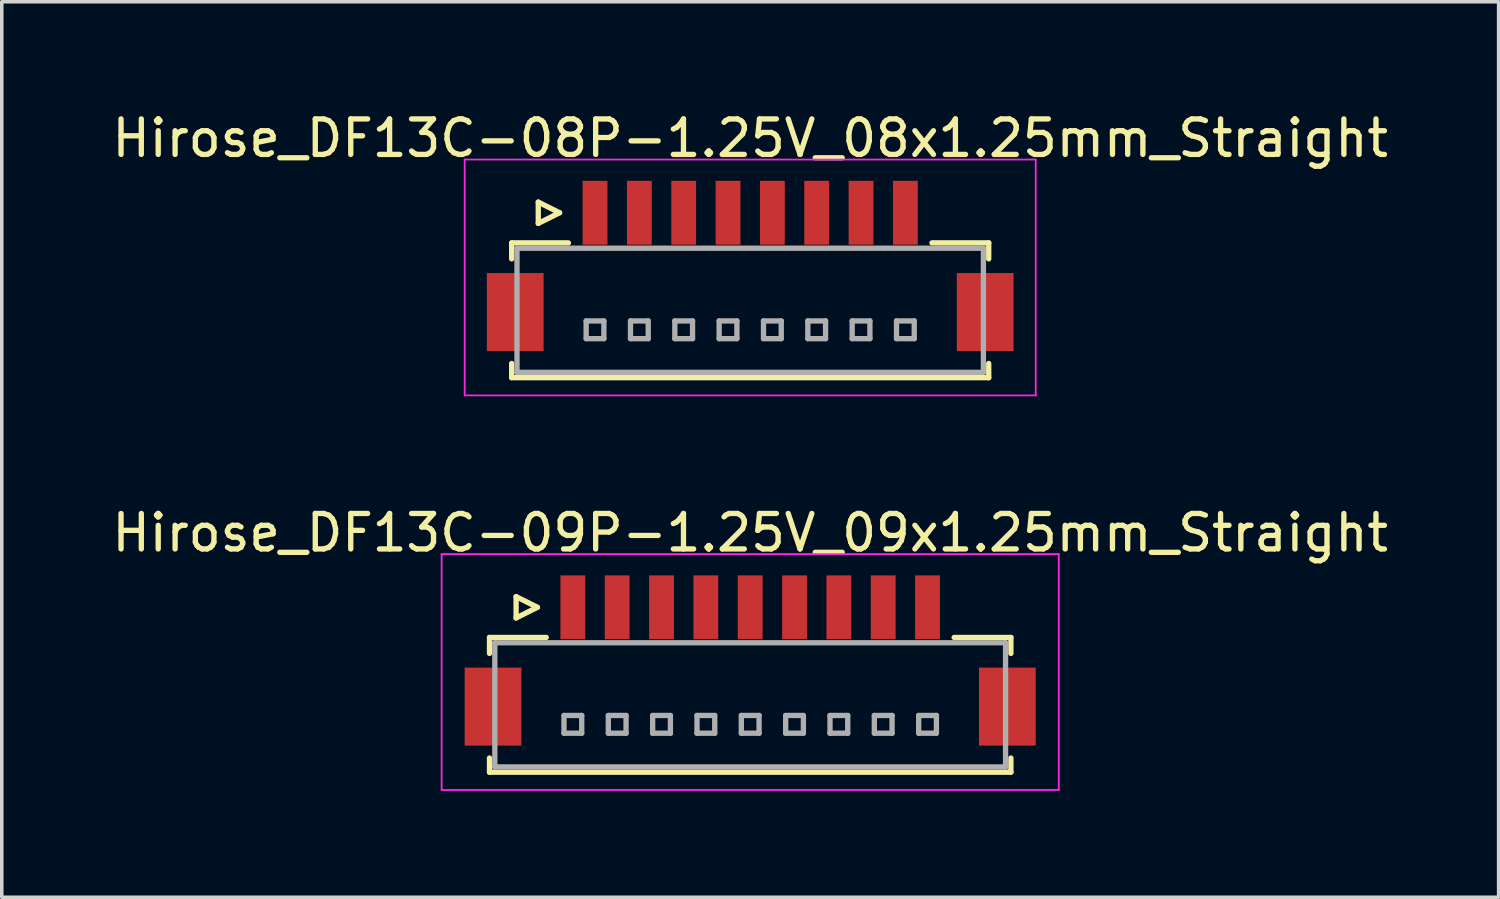
<source format=kicad_pcb>
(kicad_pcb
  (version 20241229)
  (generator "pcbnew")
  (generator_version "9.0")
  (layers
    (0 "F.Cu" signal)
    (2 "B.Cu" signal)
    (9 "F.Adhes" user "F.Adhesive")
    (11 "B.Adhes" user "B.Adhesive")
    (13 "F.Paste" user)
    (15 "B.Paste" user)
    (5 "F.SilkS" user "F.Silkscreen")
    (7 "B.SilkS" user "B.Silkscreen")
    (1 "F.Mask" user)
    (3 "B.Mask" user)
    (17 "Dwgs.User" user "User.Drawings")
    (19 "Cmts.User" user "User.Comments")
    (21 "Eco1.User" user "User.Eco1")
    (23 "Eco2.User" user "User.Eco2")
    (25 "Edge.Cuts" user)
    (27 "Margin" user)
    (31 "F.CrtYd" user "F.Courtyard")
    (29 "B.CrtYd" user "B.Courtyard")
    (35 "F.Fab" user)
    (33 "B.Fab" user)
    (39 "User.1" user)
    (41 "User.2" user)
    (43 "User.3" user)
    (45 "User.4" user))
  (footprint "Hirose_DF13C-08P-1.25V_08x1.25mm_Straight"
    (layer "F.Cu")
    (at 18.101 4.348)
    (property "Reference" "Hirose_DF13C-08P-1.25V_08x1.25mm_Straight" (at 0 -3.5 0) (layer "F.SilkS") (effects (font (size 1 1) (thickness 0.15))))
    (attr smd)
    (fp_line (start -6.725 -0.55) (end -6.725 -0.1) (stroke (width 0.15) (type solid)) (layer "F.SilkS"))
    (fp_line (start -6.725 -0.55) (end -5.125 -0.55) (stroke (width 0.15) (type solid)) (layer "F.SilkS"))
    (fp_line (start -6.725 3.25) (end -6.725 2.85) (stroke (width 0.15) (type solid)) (layer "F.SilkS"))
    (fp_line (start -6.725 3.25) (end 6.725 3.25) (stroke (width 0.15) (type solid)) (layer "F.SilkS"))
    (fp_line (start -5.975 -1.7) (end -5.975 -1.1) (stroke (width 0.15) (type solid)) (layer "F.SilkS"))
    (fp_line (start -5.975 -1.1) (end -5.375 -1.4) (stroke (width 0.15) (type solid)) (layer "F.SilkS"))
    (fp_line (start -5.375 -1.4) (end -5.975 -1.7) (stroke (width 0.15) (type solid)) (layer "F.SilkS"))
    (fp_line (start 6.725 -0.55) (end 5.125 -0.55) (stroke (width 0.15) (type solid)) (layer "F.SilkS"))
    (fp_line (start 6.725 -0.55) (end 6.725 -0.1) (stroke (width 0.15) (type solid)) (layer "F.SilkS"))
    (fp_line (start 6.725 3.25) (end 6.725 2.85) (stroke (width 0.15) (type solid)) (layer "F.SilkS"))
    (fp_line (start -8.05 -2.9) (end -8.05 3.75) (stroke (width 0.05) (type solid)) (layer "F.CrtYd"))
    (fp_line (start -8.05 3.75) (end 8.05 3.75) (stroke (width 0.05) (type solid)) (layer "F.CrtYd"))
    (fp_line (start 8.05 -2.9) (end -8.05 -2.9) (stroke (width 0.05) (type solid)) (layer "F.CrtYd"))
    (fp_line (start 8.05 3.75) (end 8.05 -2.9) (stroke (width 0.05) (type solid)) (layer "F.CrtYd"))
    (fp_line (start -6.575 -0.4) (end -6.575 3.1) (stroke (width 0.15) (type solid)) (layer "F.Fab"))
    (fp_line (start -6.575 3.1) (end 6.575 3.1) (stroke (width 0.15) (type solid)) (layer "F.Fab"))
    (fp_line (start -4.625 1.65) (end -4.625 2.15) (stroke (width 0.15) (type solid)) (layer "F.Fab"))
    (fp_line (start -4.625 2.15) (end -4.125 2.15) (stroke (width 0.15) (type solid)) (layer "F.Fab"))
    (fp_line (start -4.125 1.65) (end -4.625 1.65) (stroke (width 0.15) (type solid)) (layer "F.Fab"))
    (fp_line (start -4.125 2.15) (end -4.125 1.65) (stroke (width 0.15) (type solid)) (layer "F.Fab"))
    (fp_line (start -3.375 1.65) (end -3.375 2.15) (stroke (width 0.15) (type solid)) (layer "F.Fab"))
    (fp_line (start -3.375 2.15) (end -2.875 2.15) (stroke (width 0.15) (type solid)) (layer "F.Fab"))
    (fp_line (start -2.875 1.65) (end -3.375 1.65) (stroke (width 0.15) (type solid)) (layer "F.Fab"))
    (fp_line (start -2.875 2.15) (end -2.875 1.65) (stroke (width 0.15) (type solid)) (layer "F.Fab"))
    (fp_line (start -2.125 1.65) (end -2.125 2.15) (stroke (width 0.15) (type solid)) (layer "F.Fab"))
    (fp_line (start -2.125 2.15) (end -1.625 2.15) (stroke (width 0.15) (type solid)) (layer "F.Fab"))
    (fp_line (start -1.625 1.65) (end -2.125 1.65) (stroke (width 0.15) (type solid)) (layer "F.Fab"))
    (fp_line (start -1.625 2.15) (end -1.625 1.65) (stroke (width 0.15) (type solid)) (layer "F.Fab"))
    (fp_line (start -0.875 1.65) (end -0.875 2.15) (stroke (width 0.15) (type solid)) (layer "F.Fab"))
    (fp_line (start -0.875 2.15) (end -0.375 2.15) (stroke (width 0.15) (type solid)) (layer "F.Fab"))
    (fp_line (start -0.375 1.65) (end -0.875 1.65) (stroke (width 0.15) (type solid)) (layer "F.Fab"))
    (fp_line (start -0.375 2.15) (end -0.375 1.65) (stroke (width 0.15) (type solid)) (layer "F.Fab"))
    (fp_line (start 0.375 1.65) (end 0.375 2.15) (stroke (width 0.15) (type solid)) (layer "F.Fab"))
    (fp_line (start 0.375 2.15) (end 0.875 2.15) (stroke (width 0.15) (type solid)) (layer "F.Fab"))
    (fp_line (start 0.875 1.65) (end 0.375 1.65) (stroke (width 0.15) (type solid)) (layer "F.Fab"))
    (fp_line (start 0.875 2.15) (end 0.875 1.65) (stroke (width 0.15) (type solid)) (layer "F.Fab"))
    (fp_line (start 1.625 1.65) (end 1.625 2.15) (stroke (width 0.15) (type solid)) (layer "F.Fab"))
    (fp_line (start 1.625 2.15) (end 2.125 2.15) (stroke (width 0.15) (type solid)) (layer "F.Fab"))
    (fp_line (start 2.125 1.65) (end 1.625 1.65) (stroke (width 0.15) (type solid)) (layer "F.Fab"))
    (fp_line (start 2.125 2.15) (end 2.125 1.65) (stroke (width 0.15) (type solid)) (layer "F.Fab"))
    (fp_line (start 2.875 1.65) (end 2.875 2.15) (stroke (width 0.15) (type solid)) (layer "F.Fab"))
    (fp_line (start 2.875 2.15) (end 3.375 2.15) (stroke (width 0.15) (type solid)) (layer "F.Fab"))
    (fp_line (start 3.375 1.65) (end 2.875 1.65) (stroke (width 0.15) (type solid)) (layer "F.Fab"))
    (fp_line (start 3.375 2.15) (end 3.375 1.65) (stroke (width 0.15) (type solid)) (layer "F.Fab"))
    (fp_line (start 4.125 1.65) (end 4.125 2.15) (stroke (width 0.15) (type solid)) (layer "F.Fab"))
    (fp_line (start 4.125 2.15) (end 4.625 2.15) (stroke (width 0.15) (type solid)) (layer "F.Fab"))
    (fp_line (start 4.625 1.65) (end 4.125 1.65) (stroke (width 0.15) (type solid)) (layer "F.Fab"))
    (fp_line (start 4.625 2.15) (end 4.625 1.65) (stroke (width 0.15) (type solid)) (layer "F.Fab"))
    (fp_line (start 6.575 -0.4) (end -6.575 -0.4) (stroke (width 0.15) (type solid)) (layer "F.Fab"))
    (fp_line (start 6.575 3.1) (end 6.575 -0.4) (stroke (width 0.15) (type solid)) (layer "F.Fab"))
    (pad "" smd rect (at -6.625 1.4) (size 1.6 2.2) (layers "F.Cu" "F.Mask" "F.Paste"))
    (pad "" smd rect (at 6.625 1.4) (size 1.6 2.2) (layers "F.Cu" "F.Mask" "F.Paste"))
    (pad "1" smd rect (at -4.375 -1.4) (size 0.7 1.8) (layers "F.Cu" "F.Mask" "F.Paste"))
    (pad "2" smd rect (at -3.125 -1.4) (size 0.7 1.8) (layers "F.Cu" "F.Mask" "F.Paste"))
    (pad "3" smd rect (at -1.875 -1.4) (size 0.7 1.8) (layers "F.Cu" "F.Mask" "F.Paste"))
    (pad "4" smd rect (at -0.625 -1.4) (size 0.7 1.8) (layers "F.Cu" "F.Mask" "F.Paste"))
    (pad "5" smd rect (at 0.625 -1.4) (size 0.7 1.8) (layers "F.Cu" "F.Mask" "F.Paste"))
    (pad "6" smd rect (at 1.875 -1.4) (size 0.7 1.8) (layers "F.Cu" "F.Mask" "F.Paste"))
    (pad "7" smd rect (at 3.125 -1.4) (size 0.7 1.8) (layers "F.Cu" "F.Mask" "F.Paste"))
    (pad "8" smd rect (at 4.375 -1.4) (size 0.7 1.8) (layers "F.Cu" "F.Mask" "F.Paste")))
  (footprint "Hirose_DF13C-09P-1.25V_09x1.25mm_Straight"
    (layer "F.Cu")
    (at 18.101 15.472)
    (property "Reference" "Hirose_DF13C-09P-1.25V_09x1.25mm_Straight" (at 0 -3.5 0) (layer "F.SilkS") (effects (font (size 1 1) (thickness 0.15))))
    (attr smd)
    (fp_line (start -7.35 -0.55) (end -7.35 -0.1) (stroke (width 0.15) (type solid)) (layer "F.SilkS"))
    (fp_line (start -7.35 -0.55) (end -5.75 -0.55) (stroke (width 0.15) (type solid)) (layer "F.SilkS"))
    (fp_line (start -7.35 3.25) (end -7.35 2.85) (stroke (width 0.15) (type solid)) (layer "F.SilkS"))
    (fp_line (start -7.35 3.25) (end 7.35 3.25) (stroke (width 0.15) (type solid)) (layer "F.SilkS"))
    (fp_line (start -6.6 -1.7) (end -6.6 -1.1) (stroke (width 0.15) (type solid)) (layer "F.SilkS"))
    (fp_line (start -6.6 -1.1) (end -6 -1.4) (stroke (width 0.15) (type solid)) (layer "F.SilkS"))
    (fp_line (start -6 -1.4) (end -6.6 -1.7) (stroke (width 0.15) (type solid)) (layer "F.SilkS"))
    (fp_line (start 7.35 -0.55) (end 5.75 -0.55) (stroke (width 0.15) (type solid)) (layer "F.SilkS"))
    (fp_line (start 7.35 -0.55) (end 7.35 -0.1) (stroke (width 0.15) (type solid)) (layer "F.SilkS"))
    (fp_line (start 7.35 3.25) (end 7.35 2.85) (stroke (width 0.15) (type solid)) (layer "F.SilkS"))
    (fp_line (start -8.7 -2.9) (end -8.7 3.75) (stroke (width 0.05) (type solid)) (layer "F.CrtYd"))
    (fp_line (start -8.7 3.75) (end 8.7 3.75) (stroke (width 0.05) (type solid)) (layer "F.CrtYd"))
    (fp_line (start 8.7 -2.9) (end -8.7 -2.9) (stroke (width 0.05) (type solid)) (layer "F.CrtYd"))
    (fp_line (start 8.7 3.75) (end 8.7 -2.9) (stroke (width 0.05) (type solid)) (layer "F.CrtYd"))
    (fp_line (start -7.2 -0.4) (end -7.2 3.1) (stroke (width 0.15) (type solid)) (layer "F.Fab"))
    (fp_line (start -7.2 3.1) (end 7.2 3.1) (stroke (width 0.15) (type solid)) (layer "F.Fab"))
    (fp_line (start -5.25 1.65) (end -5.25 2.15) (stroke (width 0.15) (type solid)) (layer "F.Fab"))
    (fp_line (start -5.25 2.15) (end -4.75 2.15) (stroke (width 0.15) (type solid)) (layer "F.Fab"))
    (fp_line (start -4.75 1.65) (end -5.25 1.65) (stroke (width 0.15) (type solid)) (layer "F.Fab"))
    (fp_line (start -4.75 2.15) (end -4.75 1.65) (stroke (width 0.15) (type solid)) (layer "F.Fab"))
    (fp_line (start -4 1.65) (end -4 2.15) (stroke (width 0.15) (type solid)) (layer "F.Fab"))
    (fp_line (start -4 2.15) (end -3.5 2.15) (stroke (width 0.15) (type solid)) (layer "F.Fab"))
    (fp_line (start -3.5 1.65) (end -4 1.65) (stroke (width 0.15) (type solid)) (layer "F.Fab"))
    (fp_line (start -3.5 2.15) (end -3.5 1.65) (stroke (width 0.15) (type solid)) (layer "F.Fab"))
    (fp_line (start -2.75 1.65) (end -2.75 2.15) (stroke (width 0.15) (type solid)) (layer "F.Fab"))
    (fp_line (start -2.75 2.15) (end -2.25 2.15) (stroke (width 0.15) (type solid)) (layer "F.Fab"))
    (fp_line (start -2.25 1.65) (end -2.75 1.65) (stroke (width 0.15) (type solid)) (layer "F.Fab"))
    (fp_line (start -2.25 2.15) (end -2.25 1.65) (stroke (width 0.15) (type solid)) (layer "F.Fab"))
    (fp_line (start -1.5 1.65) (end -1.5 2.15) (stroke (width 0.15) (type solid)) (layer "F.Fab"))
    (fp_line (start -1.5 2.15) (end -1 2.15) (stroke (width 0.15) (type solid)) (layer "F.Fab"))
    (fp_line (start -1 1.65) (end -1.5 1.65) (stroke (width 0.15) (type solid)) (layer "F.Fab"))
    (fp_line (start -1 2.15) (end -1 1.65) (stroke (width 0.15) (type solid)) (layer "F.Fab"))
    (fp_line (start -0.25 1.65) (end -0.25 2.15) (stroke (width 0.15) (type solid)) (layer "F.Fab"))
    (fp_line (start -0.25 2.15) (end 0.25 2.15) (stroke (width 0.15) (type solid)) (layer "F.Fab"))
    (fp_line (start 0.25 1.65) (end -0.25 1.65) (stroke (width 0.15) (type solid)) (layer "F.Fab"))
    (fp_line (start 0.25 2.15) (end 0.25 1.65) (stroke (width 0.15) (type solid)) (layer "F.Fab"))
    (fp_line (start 1 1.65) (end 1 2.15) (stroke (width 0.15) (type solid)) (layer "F.Fab"))
    (fp_line (start 1 2.15) (end 1.5 2.15) (stroke (width 0.15) (type solid)) (layer "F.Fab"))
    (fp_line (start 1.5 1.65) (end 1 1.65) (stroke (width 0.15) (type solid)) (layer "F.Fab"))
    (fp_line (start 1.5 2.15) (end 1.5 1.65) (stroke (width 0.15) (type solid)) (layer "F.Fab"))
    (fp_line (start 2.25 1.65) (end 2.25 2.15) (stroke (width 0.15) (type solid)) (layer "F.Fab"))
    (fp_line (start 2.25 2.15) (end 2.75 2.15) (stroke (width 0.15) (type solid)) (layer "F.Fab"))
    (fp_line (start 2.75 1.65) (end 2.25 1.65) (stroke (width 0.15) (type solid)) (layer "F.Fab"))
    (fp_line (start 2.75 2.15) (end 2.75 1.65) (stroke (width 0.15) (type solid)) (layer "F.Fab"))
    (fp_line (start 3.5 1.65) (end 3.5 2.15) (stroke (width 0.15) (type solid)) (layer "F.Fab"))
    (fp_line (start 3.5 2.15) (end 4 2.15) (stroke (width 0.15) (type solid)) (layer "F.Fab"))
    (fp_line (start 4 1.65) (end 3.5 1.65) (stroke (width 0.15) (type solid)) (layer "F.Fab"))
    (fp_line (start 4 2.15) (end 4 1.65) (stroke (width 0.15) (type solid)) (layer "F.Fab"))
    (fp_line (start 4.75 1.65) (end 4.75 2.15) (stroke (width 0.15) (type solid)) (layer "F.Fab"))
    (fp_line (start 4.75 2.15) (end 5.25 2.15) (stroke (width 0.15) (type solid)) (layer "F.Fab"))
    (fp_line (start 5.25 1.65) (end 4.75 1.65) (stroke (width 0.15) (type solid)) (layer "F.Fab"))
    (fp_line (start 5.25 2.15) (end 5.25 1.65) (stroke (width 0.15) (type solid)) (layer "F.Fab"))
    (fp_line (start 7.2 -0.4) (end -7.2 -0.4) (stroke (width 0.15) (type solid)) (layer "F.Fab"))
    (fp_line (start 7.2 3.1) (end 7.2 -0.4) (stroke (width 0.15) (type solid)) (layer "F.Fab"))
    (pad "" smd rect (at -7.25 1.4) (size 1.6 2.2) (layers "F.Cu" "F.Mask" "F.Paste"))
    (pad "" smd rect (at 7.25 1.4) (size 1.6 2.2) (layers "F.Cu" "F.Mask" "F.Paste"))
    (pad "1" smd rect (at -5 -1.4) (size 0.7 1.8) (layers "F.Cu" "F.Mask" "F.Paste"))
    (pad "2" smd rect (at -3.75 -1.4) (size 0.7 1.8) (layers "F.Cu" "F.Mask" "F.Paste"))
    (pad "3" smd rect (at -2.5 -1.4) (size 0.7 1.8) (layers "F.Cu" "F.Mask" "F.Paste"))
    (pad "4" smd rect (at -1.25 -1.4) (size 0.7 1.8) (layers "F.Cu" "F.Mask" "F.Paste"))
    (pad "5" smd rect (at 0 -1.4) (size 0.7 1.8) (layers "F.Cu" "F.Mask" "F.Paste"))
    (pad "6" smd rect (at 1.25 -1.4) (size 0.7 1.8) (layers "F.Cu" "F.Mask" "F.Paste"))
    (pad "7" smd rect (at 2.5 -1.4) (size 0.7 1.8) (layers "F.Cu" "F.Mask" "F.Paste"))
    (pad "8" smd rect (at 3.75 -1.4) (size 0.7 1.8) (layers "F.Cu" "F.Mask" "F.Paste"))
    (pad "9" smd rect (at 5 -1.4) (size 0.7 1.8) (layers "F.Cu" "F.Mask" "F.Paste")))
  (gr_rect
    (start -3 -3)
    (end 39.202 22.247)
    (stroke (width 0.1) (type default))
    (fill no)
    (layer "Edge.Cuts")))
</source>
